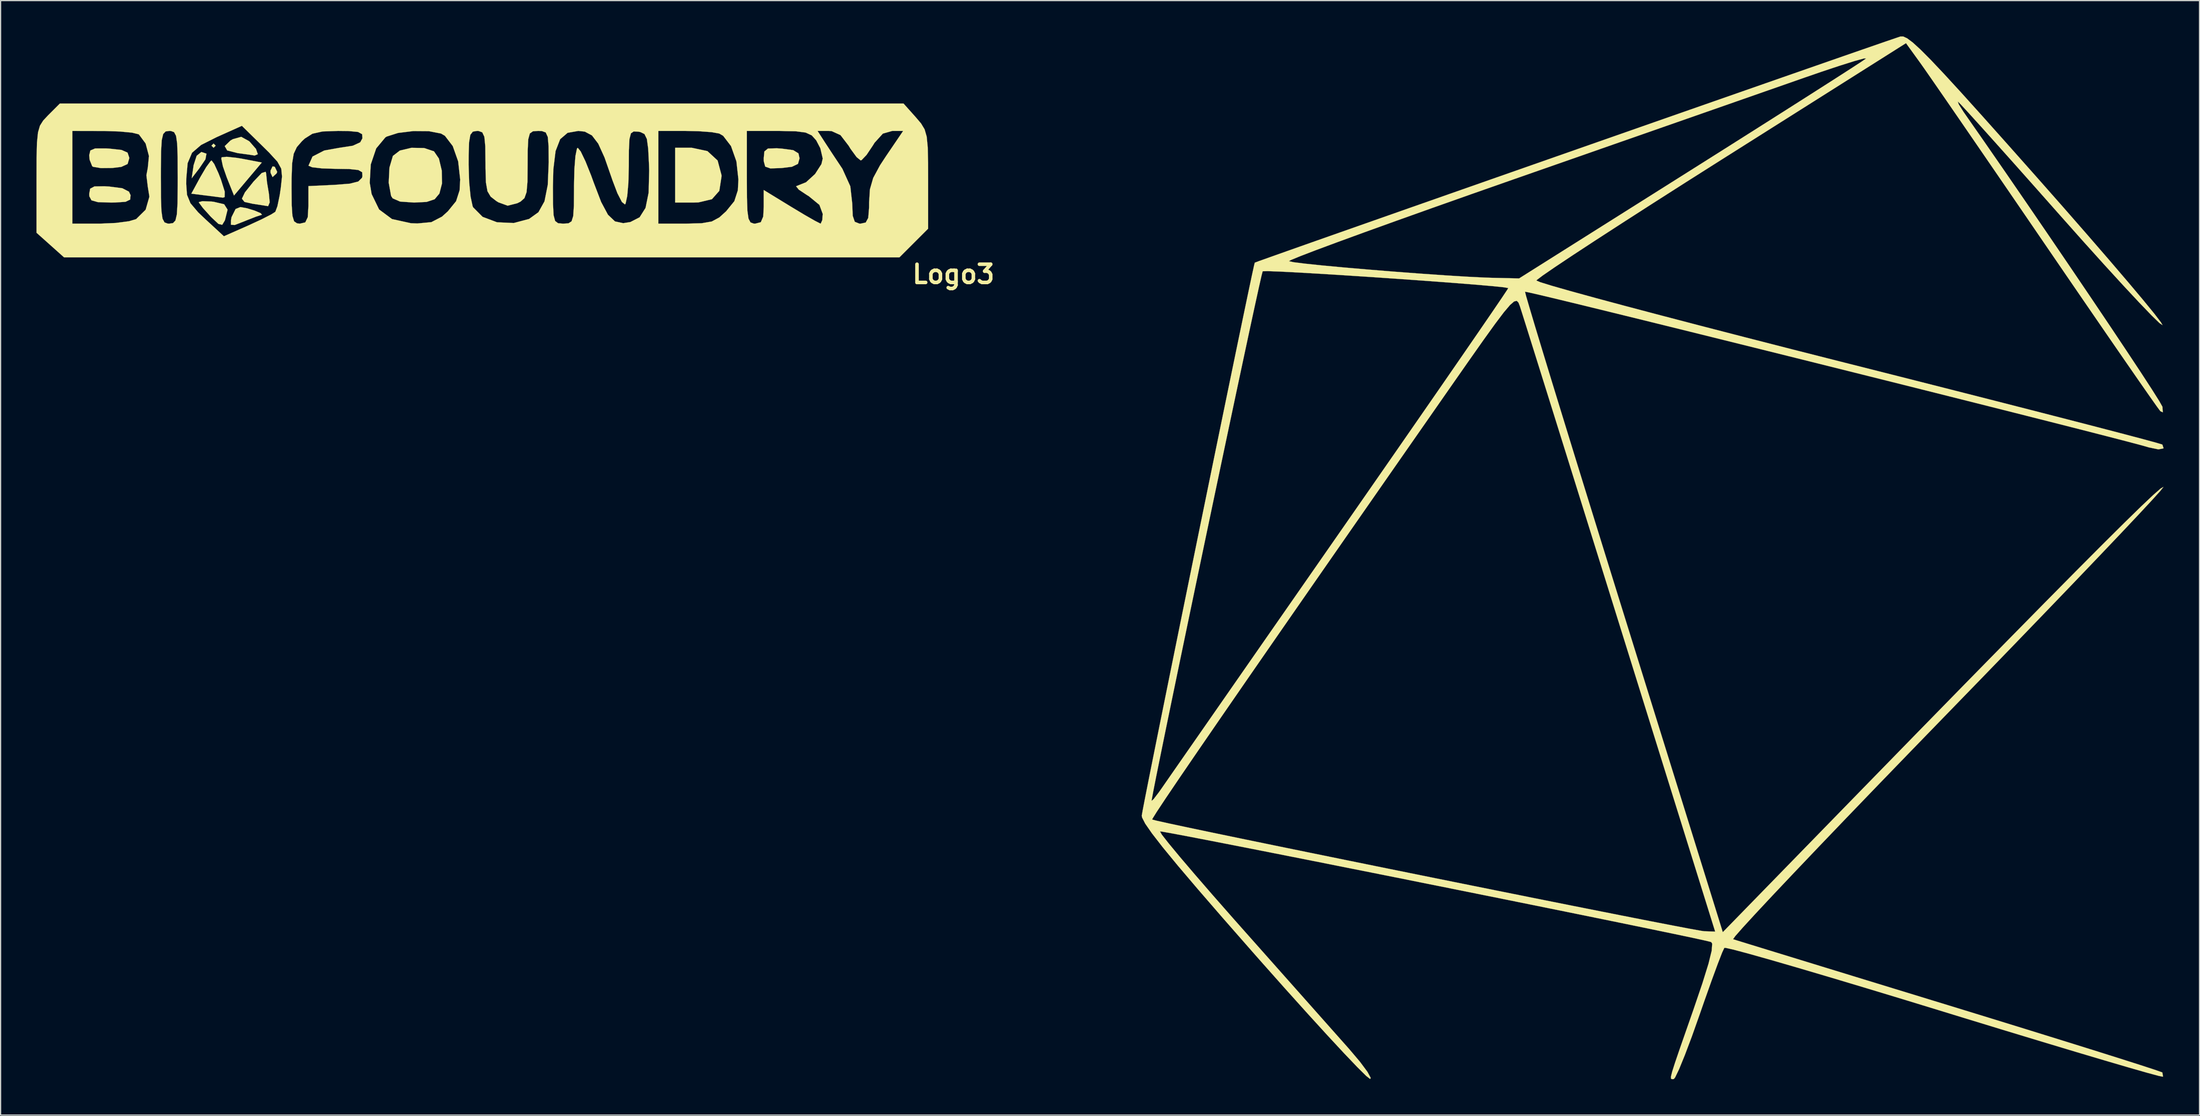
<source format=kicad_pcb>
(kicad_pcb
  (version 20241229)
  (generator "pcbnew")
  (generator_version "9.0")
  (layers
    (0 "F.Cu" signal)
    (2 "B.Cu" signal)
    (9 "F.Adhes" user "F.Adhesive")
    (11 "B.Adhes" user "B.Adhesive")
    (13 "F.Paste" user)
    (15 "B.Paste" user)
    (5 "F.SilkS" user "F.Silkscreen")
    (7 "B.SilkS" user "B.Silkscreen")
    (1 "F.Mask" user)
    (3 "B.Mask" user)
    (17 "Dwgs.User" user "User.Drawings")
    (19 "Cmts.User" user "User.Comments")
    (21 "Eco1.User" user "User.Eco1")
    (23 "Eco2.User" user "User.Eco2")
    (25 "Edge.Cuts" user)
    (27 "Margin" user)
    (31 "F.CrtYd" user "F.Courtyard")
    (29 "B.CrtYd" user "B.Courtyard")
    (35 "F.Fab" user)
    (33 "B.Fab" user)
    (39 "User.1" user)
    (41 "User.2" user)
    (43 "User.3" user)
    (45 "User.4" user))
  (footprint "Logo3"
    (layer "F.Cu")
    (at 76.734 19.904)
    (property "Reference" "Logo3" (at 0 0 0) (layer "F.SilkS") (effects (font (size 1.524 1.524) (thickness 0.3))))
    (attr through_hole)
    (fp_poly (pts (xy -61.736 -10.76) (xy -61.913 -10.583) (xy -62.089 -10.76) (xy -61.913 -10.936) (xy -61.736 -10.76)) (stroke (width 0.01) (type solid)) (fill yes) (layer "F.SilkS"))
    (fp_poly (pts (xy -56.791 -8.992) (xy -56.588 -8.569) (xy -56.636 -8.442) (xy -56.976 -8.129) (xy -57.143 -8.486) (xy -57.15 -8.664) (xy -56.976 -9.027) (xy -56.791 -8.992)) (stroke (width 0.01) (type solid)) (fill yes) (layer "F.SilkS"))
    (fp_poly (pts (xy -62.506 -10.09) (xy -62.592 -9.618) (xy -63.1 -8.866) (xy -63.743 -8.03) (xy -63.581 -9.13) (xy -63.328 -9.912) (xy -62.935 -10.231) (xy -62.931 -10.231) (xy -62.506 -10.09)) (stroke (width 0.01) (type solid)) (fill yes) (layer "F.SilkS"))
    (fp_poly (pts (xy -59.958 -9.738) (xy -59.47 -9.655) (xy -57.875 -9.349) (xy -59.039 -7.968) (xy -60.202 -6.587) (xy -60.808 -8.1) (xy -61.133 -9.032) (xy -61.263 -9.661) (xy -61.239 -9.787) (xy -60.82 -9.83) (xy -59.958 -9.738)) (stroke (width 0.01) (type solid)) (fill yes) (layer "F.SilkS"))
    (fp_poly (pts (xy -20.586 -10.305) (xy -19.732 -9.516) (xy -19.404 -8.286) (xy -19.403 -8.189) (xy -19.59 -6.977) (xy -20.21 -6.277) (xy -21.348 -6.007) (xy -21.708 -5.997) (xy -23.283 -5.997) (xy -23.283 -10.583) (xy -21.892 -10.583) (xy -20.586 -10.305)) (stroke (width 0.01) (type solid)) (fill yes) (layer "F.SilkS"))
    (fp_poly (pts (xy -61.856 -9.224) (xy -61.506 -8.464) (xy -61.3 -7.938) (xy -60.979 -6.921) (xy -60.987 -6.454) (xy -61.136 -6.406) (xy -61.77 -6.489) (xy -62.666 -6.602) (xy -63.773 -6.742) (xy -63.019 -8.13) (xy -62.528 -8.966) (xy -62.163 -9.462) (xy -62.077 -9.522) (xy -61.856 -9.224)) (stroke (width 0.01) (type solid)) (fill yes) (layer "F.SilkS"))
    (fp_poly (pts (xy -58.95 -11.144) (xy -58.885 -11.086) (xy -58.364 -10.488) (xy -58.209 -10.045) (xy -58.473 -9.934) (xy -58.979 -10.013) (xy -59.84 -10.128) (xy -59.884 -10.133) (xy -60.773 -10.361) (xy -60.98 -10.722) (xy -60.498 -11.189) (xy -60.296 -11.305) (xy -59.599 -11.5) (xy -58.95 -11.144)) (stroke (width 0.01) (type solid)) (fill yes) (layer "F.SilkS"))
    (fp_poly (pts (xy -62.083 -6.082) (xy -61.913 -6.064) (xy -61.026 -5.855) (xy -60.739 -5.403) (xy -60.954 -4.542) (xy -60.976 -4.484) (xy -61.189 -4.134) (xy -61.507 -4.21) (xy -62.097 -4.764) (xy -62.186 -4.857) (xy -62.797 -5.534) (xy -63.128 -5.979) (xy -63.147 -6.034) (xy -62.84 -6.113) (xy -62.083 -6.082)) (stroke (width 0.01) (type solid)) (fill yes) (layer "F.SilkS"))
    (fp_poly (pts (xy -59.114 -5.52) (xy -58.466 -5.319) (xy -57.966 -5.106) (xy -57.86 -4.972) (xy -57.901 -4.964) (xy -58.343 -4.823) (xy -59.153 -4.507) (xy -59.348 -4.427) (xy -60.143 -4.117) (xy -60.456 -4.137) (xy -60.452 -4.543) (xy -60.408 -4.78) (xy -60.07 -5.457) (xy -59.667 -5.62) (xy -59.114 -5.52)) (stroke (width 0.01) (type solid)) (fill yes) (layer "F.SilkS"))
    (fp_poly (pts (xy -14.376 -10.515) (xy -13.408 -10.385) (xy -12.968 -10.115) (xy -12.876 -9.701) (xy -13.006 -9.237) (xy -13.512 -8.993) (xy -14.376 -8.887) (xy -15.316 -8.854) (xy -15.749 -9.006) (xy -15.87 -9.45) (xy -15.875 -9.701) (xy -15.819 -10.276) (xy -15.52 -10.521) (xy -14.785 -10.542) (xy -14.376 -10.515)) (stroke (width 0.01) (type solid)) (fill yes) (layer "F.SilkS"))
    (fp_poly (pts (xy -70.647 -7.339) (xy -69.545 -7.196) (xy -68.992 -6.908) (xy -68.857 -6.615) (xy -68.892 -6.246) (xy -69.28 -6.06) (xy -70.176 -5.999) (xy -70.53 -5.997) (xy -71.595 -6.032) (xy -72.13 -6.184) (xy -72.309 -6.522) (xy -72.319 -6.722) (xy -72.24 -7.157) (xy -71.88 -7.349) (xy -71.062 -7.363) (xy -70.647 -7.339)) (stroke (width 0.01) (type solid)) (fill yes) (layer "F.SilkS"))
    (fp_poly (pts (xy -57.512 -8.423) (xy -57.438 -7.673) (xy -57.282 -6.747) (xy -57.215 -6.011) (xy -57.347 -5.696) (xy -57.37 -5.697) (xy -57.923 -5.786) (xy -58.649 -5.897) (xy -59.326 -6.05) (xy -59.541 -6.323) (xy -59.289 -6.849) (xy -58.563 -7.759) (xy -58.561 -7.761) (xy -57.882 -8.471) (xy -57.55 -8.574) (xy -57.512 -8.423)) (stroke (width 0.01) (type solid)) (fill yes) (layer "F.SilkS"))
    (fp_poly (pts (xy -70.644 -10.514) (xy -69.611 -10.401) (xy -69.11 -10.177) (xy -68.969 -9.76) (xy -68.968 -9.701) (xy -69.105 -9.226) (xy -69.635 -8.982) (xy -70.392 -8.891) (xy -71.35 -8.882) (xy -71.985 -8.988) (xy -72.068 -9.038) (xy -72.282 -9.571) (xy -72.319 -9.956) (xy -72.224 -10.356) (xy -71.821 -10.529) (xy -70.934 -10.532) (xy -70.644 -10.514)) (stroke (width 0.01) (type solid)) (fill yes) (layer "F.SilkS"))
    (fp_poly (pts (xy -44.289 -10.562) (xy -43.467 -10.285) (xy -43.055 -9.68) (xy -42.817 -8.685) (xy -42.794 -7.602) (xy -43.013 -6.751) (xy -43.413 -6.274) (xy -44.086 -6.049) (xy -45.13 -5.997) (xy -46.309 -6.08) (xy -46.926 -6.351) (xy -47.058 -6.555) (xy -47.257 -7.659) (xy -47.194 -8.929) (xy -46.907 -9.901) (xy -46.323 -10.351) (xy -45.352 -10.582) (xy -44.289 -10.562)) (stroke (width 0.01) (type solid)) (fill yes) (layer "F.SilkS"))
    (fp_poly (pts (xy -3.146 -13.135) (xy -2.705 -12.615) (xy -2.412 -12.128) (xy -2.237 -11.52) (xy -2.15 -10.635) (xy -2.12 -9.319) (xy -2.117 -7.897) (xy -2.117 -3.81) (xy -4.516 -1.411) (xy -74.425 -1.411) (xy -75.577 -2.441) (xy -76.729 -3.47) (xy -76.729 -4.233) (xy -73.731 -4.233) (xy -71.414 -4.233) (xy -70.099 -4.289) (xy -68.99 -4.434) (xy -68.396 -4.609) (xy -67.597 -5.397) (xy -67.283 -6.493) (xy -67.416 -7.317) (xy -67.512 -8.114) (xy -66.322 -8.114) (xy -66.314 -6.416) (xy -66.275 -5.301) (xy -66.183 -4.648) (xy -66.015 -4.334) (xy -65.75 -4.238) (xy -65.617 -4.233) (xy -65.308 -4.278) (xy -65.105 -4.493) (xy -64.986 -5.001) (xy -64.929 -5.924) (xy -64.912 -7.383) (xy -64.912 -7.541) (xy -64.201 -7.541) (xy -64.135 -6.645) (xy -63.845 -5.938) (xy -63.2 -5.178) (xy -62.627 -4.632) (xy -61.048 -3.176) (xy -59.011 -4.076) (xy -57.911 -4.584) (xy -57.085 -5.005) (xy -56.745 -5.222) (xy -56.57 -5.69) (xy -56.379 -6.608) (xy -56.286 -7.232) (xy -56.284 -7.248) (xy -55.386 -7.248) (xy -55.373 -5.785) (xy -55.313 -4.89) (xy -55.173 -4.426) (xy -54.92 -4.254) (xy -54.681 -4.233) (xy -54.238 -4.338) (xy -54.03 -4.774) (xy -53.975 -5.719) (xy -53.975 -5.804) (xy -53.975 -7.375) (xy -51.774 -7.48) (xy -50.513 -7.579) (xy -50.212 -7.655) (xy -48.844 -7.655) (xy -48.685 -6.708) (xy -48.059 -5.418) (xy -46.98 -4.616) (xy -45.394 -4.268) (xy -44.864 -4.247) (xy -43.686 -4.358) (xy -42.798 -4.819) (xy -42.306 -5.265) (xy -41.618 -6.111) (xy -41.323 -7.028) (xy -41.275 -7.928) (xy -41.411 -9.149) (xy -40.569 -9.149) (xy -40.524 -7.714) (xy -40.404 -6.487) (xy -40.233 -5.692) (xy -40.194 -5.601) (xy -39.399 -4.801) (xy -38.191 -4.347) (xy -36.795 -4.284) (xy -35.51 -4.625) (xy -34.728 -5.187) (xy -34.22 -6.1) (xy -33.976 -7.33) (xy -33.514 -7.33) (xy -33.506 -5.849) (xy -33.458 -4.937) (xy -33.329 -4.455) (xy -33.081 -4.266) (xy -32.674 -4.233) (xy -32.632 -4.233) (xy -32.214 -4.259) (xy -31.955 -4.425) (xy -31.817 -4.868) (xy -31.761 -5.724) (xy -31.75 -7.128) (xy -31.75 -7.408) (xy -31.718 -8.806) (xy -31.632 -9.89) (xy -31.507 -10.503) (xy -31.437 -10.583) (xy -31.188 -10.274) (xy -30.79 -9.446) (xy -30.313 -8.255) (xy -30.114 -7.704) (xy -29.478 -6.043) (xy -28.909 -4.979) (xy -28.321 -4.419) (xy -27.63 -4.272) (xy -27.03 -4.368) (xy -26.261 -4.763) (xy -25.763 -5.552) (xy -25.506 -6.825) (xy -25.46 -8.671) (xy -25.474 -9.143) (xy -25.543 -10.508) (xy -25.653 -11.32) (xy -25.854 -11.733) (xy -26.194 -11.9) (xy -26.37 -11.931) (xy -26.754 -11.951) (xy -26.989 -11.788) (xy -27.111 -11.308) (xy -27.157 -10.377) (xy -27.164 -9.041) (xy -27.199 -7.654) (xy -27.294 -6.555) (xy -27.431 -5.92) (xy -27.487 -5.839) (xy -27.744 -6.047) (xy -28.12 -6.779) (xy -28.54 -7.885) (xy -28.586 -8.023) (xy -29.195 -9.768) (xy -29.724 -10.931) (xy -30.249 -11.618) (xy -30.845 -11.935) (xy -31.385 -11.994) (xy -24.694 -11.994) (xy -24.694 -4.233) (xy -22.374 -4.233) (xy -21.067 -4.266) (xy -20.22 -4.413) (xy -19.591 -4.751) (xy -19.023 -5.265) (xy -18.335 -6.111) (xy -18.039 -7.028) (xy -17.992 -7.928) (xy -18.16 -9.444) (xy -18.613 -10.727) (xy -19.27 -11.585) (xy -19.595 -11.775) (xy -20.235 -11.89) (xy -21.325 -11.97) (xy -22.43 -11.994) (xy -17.286 -11.994) (xy -17.286 -8.114) (xy -17.278 -6.416) (xy -17.239 -5.301) (xy -17.147 -4.648) (xy -16.979 -4.334) (xy -16.714 -4.238) (xy -16.581 -4.233) (xy -16.118 -4.352) (xy -15.915 -4.831) (xy -15.875 -5.641) (xy -15.875 -7.048) (xy -13.576 -5.641) (xy -12.459 -4.97) (xy -11.592 -4.473) (xy -11.134 -4.24) (xy -11.106 -4.233) (xy -10.974 -4.534) (xy -10.936 -5.046) (xy -11.216 -5.804) (xy -12.108 -6.535) (xy -12.259 -6.625) (xy -12.942 -7.08) (xy -13.167 -7.359) (xy -13.076 -7.4) (xy -12.335 -7.695) (xy -11.578 -8.387) (xy -11.046 -9.215) (xy -10.936 -9.684) (xy -11.136 -10.541) (xy -11.485 -11.21) (xy -11.854 -11.62) (xy -12.367 -11.857) (xy -13.208 -11.966) (xy -14.559 -11.994) (xy -14.66 -11.994) (xy -11.37 -11.994) (xy -10.744 -11.024) (xy -10.118 -10.068) (xy -9.398 -8.984) (xy -9.292 -8.826) (xy -8.627 -7.356) (xy -8.467 -5.915) (xy -8.426 -4.888) (xy -8.254 -4.387) (xy -7.876 -4.237) (xy -7.761 -4.233) (xy -7.34 -4.325) (xy -7.128 -4.716) (xy -7.059 -5.578) (xy -7.056 -6.017) (xy -6.987 -7.11) (xy -6.715 -8.055) (xy -6.143 -9.117) (xy -5.631 -9.897) (xy -4.207 -11.994) (xy -5.114 -11.994) (xy -5.905 -11.769) (xy -6.597 -11.006) (xy -6.75 -10.76) (xy -7.27 -9.984) (xy -7.681 -9.555) (xy -7.761 -9.525) (xy -8.102 -9.801) (xy -8.606 -10.489) (xy -8.773 -10.76) (xy -9.452 -11.645) (xy -10.193 -11.98) (xy -10.436 -11.994) (xy -11.37 -11.994) (xy -14.66 -11.994) (xy -17.286 -11.994) (xy -22.43 -11.994) (xy -24.694 -11.994) (xy -31.385 -11.994) (xy -32.285 -11.836) (xy -32.908 -11.302) (xy -33.293 -10.307) (xy -33.48 -8.766) (xy -33.514 -7.33) (xy -33.976 -7.33) (xy -33.946 -7.477) (xy -33.867 -9.365) (xy -33.878 -10.706) (xy -33.945 -11.49) (xy -34.117 -11.867) (xy -34.445 -11.985) (xy -34.749 -11.994) (xy -35.186 -11.964) (xy -35.447 -11.779) (xy -35.579 -11.294) (xy -35.625 -10.365) (xy -35.631 -9.165) (xy -35.645 -7.748) (xy -35.719 -6.872) (xy -35.896 -6.37) (xy -36.221 -6.079) (xy -36.498 -5.94) (xy -37.301 -5.735) (xy -38.079 -6.017) (xy -38.262 -6.132) (xy -38.724 -6.492) (xy -38.992 -6.943) (xy -39.12 -7.669) (xy -39.157 -8.857) (xy -39.158 -9.357) (xy -39.175 -10.707) (xy -39.251 -11.498) (xy -39.427 -11.877) (xy -39.74 -11.991) (xy -39.864 -11.994) (xy -40.214 -11.936) (xy -40.425 -11.666) (xy -40.531 -11.044) (xy -40.567 -9.928) (xy -40.569 -9.149) (xy -41.411 -9.149) (xy -41.444 -9.444) (xy -41.897 -10.727) (xy -42.553 -11.585) (xy -42.878 -11.775) (xy -43.897 -11.972) (xy -45.198 -11.981) (xy -46.476 -11.824) (xy -47.423 -11.522) (xy -47.536 -11.452) (xy -48.303 -10.53) (xy -48.758 -9.185) (xy -48.844 -7.655) (xy -50.212 -7.655) (xy -49.804 -7.758) (xy -49.495 -8.063) (xy -49.455 -8.202) (xy -49.477 -8.535) (xy -49.8 -8.723) (xy -50.566 -8.804) (xy -51.656 -8.819) (xy -52.83 -8.856) (xy -53.663 -8.952) (xy -53.97 -9.084) (xy -53.633 -9.849) (xy -52.652 -10.354) (xy -51.441 -10.572) (xy -50.259 -10.755) (xy -49.64 -11.04) (xy -49.455 -11.377) (xy -49.48 -11.72) (xy -49.82 -11.907) (xy -50.619 -11.984) (xy -51.496 -11.994) (xy -52.795 -11.948) (xy -53.639 -11.76) (xy -54.273 -11.36) (xy -54.52 -11.129) (xy -54.947 -10.636) (xy -55.205 -10.082) (xy -55.337 -9.284) (xy -55.382 -8.055) (xy -55.386 -7.248) (xy -56.284 -7.248) (xy -56.184 -8.177) (xy -56.248 -8.834) (xy -56.573 -9.426) (xy -57.256 -10.172) (xy -57.799 -10.709) (xy -59.543 -12.421) (xy -61.665 -11.469) (xy -62.954 -10.82) (xy -63.714 -10.167) (xy -64.082 -9.296) (xy -64.196 -7.996) (xy -64.201 -7.541) (xy -64.912 -7.541) (xy -64.911 -8.114) (xy -64.919 -9.812) (xy -64.958 -10.927) (xy -65.051 -11.58) (xy -65.218 -11.894) (xy -65.484 -11.99) (xy -65.617 -11.994) (xy -65.925 -11.95) (xy -66.128 -11.735) (xy -66.247 -11.227) (xy -66.304 -10.304) (xy -66.321 -8.845) (xy -66.322 -8.114) (xy -67.512 -8.114) (xy -67.533 -8.285) (xy -67.416 -8.904) (xy -67.32 -9.894) (xy -67.597 -10.94) (xy -68.147 -11.684) (xy -68.196 -11.717) (xy -68.738 -11.849) (xy -69.77 -11.946) (xy -71.075 -11.989) (xy -71.173 -11.989) (xy -73.731 -11.994) (xy -73.731 -4.233) (xy -76.729 -4.233) (xy -76.729 -7.901) (xy -76.724 -9.74) (xy -76.691 -11.015) (xy -76.605 -11.866) (xy -76.44 -12.435) (xy -76.172 -12.861) (xy -75.773 -13.287) (xy -75.751 -13.309) (xy -74.773 -14.287) (xy -4.175 -14.287) (xy -3.146 -13.135)) (stroke (width 0.01) (type solid)) (fill yes) (layer "F.SilkS"))
    (fp_poly (pts (xy 79.483 -19.898) (xy 79.811 -19.745) (xy 80.275 -19.398) (xy 80.917 -18.813) (xy 81.778 -17.949) (xy 82.899 -16.762) (xy 84.321 -15.212) (xy 86.085 -13.254) (xy 88.233 -10.847) (xy 90.655 -8.118) (xy 92.837 -5.645) (xy 94.862 -3.328) (xy 96.687 -1.22) (xy 98.263 0.623) (xy 99.545 2.147) (xy 100.487 3.299) (xy 101.043 4.024) (xy 101.179 4.263) (xy 100.926 4.093) (xy 100.263 3.448) (xy 99.24 2.384) (xy 97.91 0.958) (xy 96.326 -0.773) (xy 94.54 -2.755) (xy 92.616 -4.918) (xy 90.678 -7.106) (xy 88.889 -9.119) (xy 87.302 -10.895) (xy 85.972 -12.377) (xy 84.95 -13.505) (xy 84.29 -14.22) (xy 84.044 -14.464) (xy 84.132 -14.213) (xy 84.518 -13.6) (xy 84.591 -13.494) (xy 86.276 -11.074) (xy 88.054 -8.502) (xy 89.88 -5.843) (xy 91.711 -3.163) (xy 93.502 -0.528) (xy 95.208 1.995) (xy 96.785 4.341) (xy 98.187 6.443) (xy 99.372 8.235) (xy 100.293 9.651) (xy 100.907 10.626) (xy 101.169 11.092) (xy 101.174 11.108) (xy 101.203 11.564) (xy 100.996 11.465) (xy 100.732 11.11) (xy 100.111 10.231) (xy 99.175 8.887) (xy 97.964 7.138) (xy 96.519 5.042) (xy 94.882 2.659) (xy 93.092 0.048) (xy 91.37 -2.469) (xy 89.44 -5.292) (xy 87.594 -7.988) (xy 85.879 -10.489) (xy 84.34 -12.73) (xy 83.023 -14.643) (xy 81.974 -16.161) (xy 81.239 -17.219) (xy 80.901 -17.697) (xy 79.712 -19.342) (xy 64.266 -9.583) (xy 61.289 -7.696) (xy 58.499 -5.915) (xy 55.953 -4.278) (xy 53.705 -2.821) (xy 51.812 -1.58) (xy 50.33 -0.591) (xy 49.314 0.108) (xy 48.821 0.482) (xy 48.782 0.529) (xy 49.11 0.67) (xy 50.069 0.967) (xy 51.609 1.407) (xy 53.676 1.976) (xy 56.218 2.66) (xy 59.183 3.444) (xy 62.518 4.316) (xy 66.172 5.261) (xy 70.091 6.266) (xy 74.223 7.315) (xy 74.857 7.475) (xy 79.023 8.529) (xy 82.989 9.536) (xy 86.701 10.482) (xy 90.108 11.354) (xy 93.156 12.138) (xy 95.792 12.82) (xy 97.962 13.387) (xy 99.615 13.825) (xy 100.697 14.121) (xy 101.156 14.26) (xy 101.167 14.266) (xy 101.269 14.578) (xy 100.841 14.665) (xy 100.032 14.5) (xy 99.982 14.483) (xy 99.389 14.315) (xy 98.201 14) (xy 96.482 13.555) (xy 94.297 12.995) (xy 91.708 12.337) (xy 88.781 11.596) (xy 85.579 10.789) (xy 82.167 9.931) (xy 78.608 9.038) (xy 74.967 8.128) (xy 71.308 7.214) (xy 67.695 6.314) (xy 64.192 5.444) (xy 60.864 4.619) (xy 57.774 3.856) (xy 54.986 3.171) (xy 52.565 2.578) (xy 50.575 2.096) (xy 49.08 1.739) (xy 48.143 1.524) (xy 47.83 1.465) (xy 47.917 1.813) (xy 48.199 2.783) (xy 48.659 4.325) (xy 49.284 6.388) (xy 50.056 8.921) (xy 50.962 11.872) (xy 51.983 15.192) (xy 53.107 18.829) (xy 54.316 22.732) (xy 55.595 26.851) (xy 56.057 28.335) (xy 64.382 55.082) (xy 76.007 43.151) (xy 80.526 38.517) (xy 84.568 34.382) (xy 88.144 30.734) (xy 91.263 27.563) (xy 93.938 24.858) (xy 96.178 22.609) (xy 97.995 20.804) (xy 99.399 19.433) (xy 100.401 18.485) (xy 101.012 17.95) (xy 101.242 17.815) (xy 101.245 17.825) (xy 101.005 18.131) (xy 100.311 18.901) (xy 99.201 20.095) (xy 97.713 21.673) (xy 95.886 23.595) (xy 93.758 25.821) (xy 91.367 28.309) (xy 88.753 31.02) (xy 85.953 33.913) (xy 83.078 36.875) (xy 80.144 39.899) (xy 77.365 42.774) (xy 74.779 45.461) (xy 72.424 47.92) (xy 70.337 50.112) (xy 68.556 51.996) (xy 67.119 53.534) (xy 66.062 54.686) (xy 65.423 55.412) (xy 65.24 55.672) (xy 65.632 55.794) (xy 66.634 56.103) (xy 68.183 56.579) (xy 70.215 57.203) (xy 72.666 57.956) (xy 75.472 58.817) (xy 78.569 59.767) (xy 81.894 60.786) (xy 83.271 61.208) (xy 86.664 62.251) (xy 89.851 63.235) (xy 92.768 64.141) (xy 95.353 64.948) (xy 97.541 65.638) (xy 99.271 66.189) (xy 100.477 66.583) (xy 101.098 66.799) (xy 101.168 66.831) (xy 101.219 67.173) (xy 101.21 67.183) (xy 100.853 67.111) (xy 99.885 66.849) (xy 98.367 66.415) (xy 96.362 65.827) (xy 93.931 65.104) (xy 91.137 64.263) (xy 88.043 63.325) (xy 84.709 62.306) (xy 82.895 61.749) (xy 79.459 60.697) (xy 76.228 59.718) (xy 73.263 58.83) (xy 70.627 58.051) (xy 68.383 57.4) (xy 66.593 56.895) (xy 65.319 56.554) (xy 64.624 56.395) (xy 64.512 56.39) (xy 64.327 56.787) (xy 63.96 57.733) (xy 63.453 59.113) (xy 62.851 60.806) (xy 62.435 62.001) (xy 61.793 63.814) (xy 61.208 65.366) (xy 60.727 66.546) (xy 60.393 67.241) (xy 60.277 67.381) (xy 60.136 67.387) (xy 60.05 67.347) (xy 60.045 67.167) (xy 60.147 66.755) (xy 60.381 66.02) (xy 60.774 64.869) (xy 61.352 63.212) (xy 61.91 61.615) (xy 62.674 59.368) (xy 63.185 57.724) (xy 63.454 56.632) (xy 63.496 56.043) (xy 63.409 55.906) (xy 62.947 55.793) (xy 61.874 55.558) (xy 60.258 55.217) (xy 58.169 54.784) (xy 55.677 54.271) (xy 52.852 53.694) (xy 49.764 53.067) (xy 46.481 52.402) (xy 43.073 51.715) (xy 39.611 51.019) (xy 36.164 50.328) (xy 32.801 49.657) (xy 29.593 49.018) (xy 26.608 48.427) (xy 23.917 47.897) (xy 21.588 47.442) (xy 19.693 47.076) (xy 18.3 46.814) (xy 17.478 46.668) (xy 17.281 46.644) (xy 17.442 46.921) (xy 18.02 47.658) (xy 18.957 48.79) (xy 20.2 50.249) (xy 21.691 51.971) (xy 23.377 53.89) (xy 23.95 54.537) (xy 25.838 56.664) (xy 27.692 58.753) (xy 29.426 60.706) (xy 30.955 62.429) (xy 32.194 63.825) (xy 33.057 64.797) (xy 33.109 64.856) (xy 34.015 65.926) (xy 34.643 66.77) (xy 34.917 67.277) (xy 34.873 67.374) (xy 34.543 67.116) (xy 33.802 66.382) (xy 32.701 65.229) (xy 31.294 63.713) (xy 29.633 61.891) (xy 27.769 59.819) (xy 25.755 57.553) (xy 25.047 56.75) (xy 22.52 53.867) (xy 20.443 51.468) (xy 18.785 49.517) (xy 17.52 47.978) (xy 16.618 46.816) (xy 16.049 45.996) (xy 15.874 45.653) (xy 16.629 45.653) (xy 17 45.75) (xy 17.994 45.971) (xy 19.541 46.302) (xy 21.57 46.728) (xy 24.013 47.235) (xy 26.799 47.809) (xy 29.859 48.436) (xy 33.123 49.102) (xy 36.521 49.793) (xy 39.984 50.495) (xy 43.442 51.193) (xy 46.825 51.874) (xy 50.064 52.524) (xy 53.089 53.127) (xy 55.83 53.671) (xy 58.218 54.141) (xy 60.182 54.522) (xy 61.654 54.802) (xy 62.562 54.965) (xy 62.828 55.003) (xy 63.743 55.033) (xy 55.745 29.369) (xy 54.46 25.245) (xy 53.229 21.3) (xy 52.071 17.587) (xy 51.001 14.161) (xy 50.038 11.077) (xy 49.197 8.389) (xy 48.496 6.151) (xy 47.953 4.418) (xy 47.583 3.244) (xy 47.405 2.685) (xy 47.398 2.665) (xy 47.285 2.377) (xy 47.141 2.23) (xy 46.921 2.28) (xy 46.577 2.58) (xy 46.062 3.186) (xy 45.332 4.153) (xy 44.337 5.536) (xy 43.033 7.389) (xy 41.405 9.721) (xy 37.348 15.542) (xy 33.634 20.878) (xy 30.269 25.719) (xy 27.26 30.056) (xy 24.613 33.88) (xy 22.333 37.184) (xy 20.427 39.958) (xy 18.9 42.193) (xy 17.759 43.882) (xy 17.009 45.015) (xy 16.656 45.583) (xy 16.629 45.653) (xy 15.874 45.653) (xy 15.786 45.481) (xy 15.76 45.325) (xy 15.837 44.886) (xy 15.99 44.091) (xy 16.582 44.091) (xy 16.756 43.94) (xy 17.198 43.362) (xy 17.43 43.033) (xy 17.77 42.542) (xy 18.479 41.521) (xy 19.521 40.022) (xy 20.862 38.095) (xy 22.466 35.788) (xy 24.298 33.153) (xy 26.324 30.24) (xy 28.51 27.099) (xy 30.819 23.779) (xy 32.391 21.519) (xy 34.734 18.148) (xy 36.954 14.95) (xy 39.018 11.972) (xy 40.895 9.26) (xy 42.551 6.86) (xy 43.955 4.82) (xy 45.076 3.185) (xy 45.88 2.002) (xy 46.336 1.318) (xy 46.431 1.161) (xy 46.053 1.095) (xy 45.08 0.996) (xy 43.62 0.869) (xy 41.779 0.724) (xy 39.667 0.566) (xy 37.39 0.404) (xy 35.055 0.244) (xy 32.772 0.095) (xy 30.647 -0.037) (xy 28.787 -0.145) (xy 27.302 -0.22) (xy 26.297 -0.256) (xy 25.882 -0.245) (xy 25.878 -0.242) (xy 25.784 0.116) (xy 25.562 1.095) (xy 25.227 2.623) (xy 24.793 4.63) (xy 24.277 7.044) (xy 23.691 9.795) (xy 23.052 12.812) (xy 22.374 16.025) (xy 21.672 19.361) (xy 20.961 22.752) (xy 20.255 26.125) (xy 19.57 29.41) (xy 18.92 32.537) (xy 18.32 35.434) (xy 17.785 38.03) (xy 17.331 40.255) (xy 16.97 42.038) (xy 16.72 43.308) (xy 16.594 43.995) (xy 16.582 44.091) (xy 15.99 44.091) (xy 16.04 43.833) (xy 16.356 42.235) (xy 16.771 40.162) (xy 17.27 37.683) (xy 17.839 34.868) (xy 18.464 31.786) (xy 19.13 28.506) (xy 19.825 25.099) (xy 20.532 21.633) (xy 21.239 18.178) (xy 21.93 14.803) (xy 22.593 11.579) (xy 23.212 8.574) (xy 23.773 5.858) (xy 24.263 3.5) (xy 24.666 1.571) (xy 24.969 0.139) (xy 25.158 -0.727) (xy 25.217 -0.964) (xy 25.547 -1.088) (xy 25.549 -1.089) (xy 28.074 -1.089) (xy 28.471 -1.002) (xy 29.456 -0.879) (xy 30.912 -0.728) (xy 32.722 -0.56) (xy 34.769 -0.384) (xy 36.937 -0.209) (xy 39.109 -0.046) (xy 41.168 0.097) (xy 42.998 0.21) (xy 44.482 0.283) (xy 45.1 0.303) (xy 47.338 0.353) (xy 61.681 -8.689) (xy 64.559 -10.505) (xy 67.258 -12.213) (xy 69.72 -13.775) (xy 71.884 -15.152) (xy 73.691 -16.306) (xy 75.082 -17.2) (xy 75.996 -17.796) (xy 76.374 -18.055) (xy 76.376 -18.058) (xy 76.184 -18.058) (xy 75.427 -17.851) (xy 74.207 -17.468) (xy 72.623 -16.941) (xy 71.261 -16.471) (xy 69.878 -15.987) (xy 67.914 -15.3) (xy 65.451 -14.438) (xy 62.575 -13.432) (xy 59.369 -12.311) (xy 55.917 -11.104) (xy 52.304 -9.84) (xy 48.613 -8.55) (xy 46.83 -7.926) (xy 43.351 -6.705) (xy 40.086 -5.55) (xy 37.092 -4.481) (xy 34.428 -3.521) (xy 32.153 -2.69) (xy 30.324 -2.01) (xy 29 -1.501) (xy 28.239 -1.186) (xy 28.074 -1.089) (xy 25.549 -1.089) (xy 26.483 -1.423) (xy 27.964 -1.949) (xy 29.93 -2.644) (xy 32.32 -3.486) (xy 35.074 -4.455) (xy 38.131 -5.53) (xy 41.431 -6.689) (xy 44.914 -7.911) (xy 48.518 -9.175) (xy 52.184 -10.46) (xy 55.852 -11.745) (xy 59.459 -13.008) (xy 62.947 -14.228) (xy 66.255 -15.384) (xy 69.322 -16.456) (xy 72.088 -17.42) (xy 74.492 -18.258) (xy 76.475 -18.946) (xy 77.974 -19.465) (xy 78.931 -19.792) (xy 79.251 -19.899) (xy 79.483 -19.898)) (stroke (width 0.01) (type solid)) (fill yes) (layer "F.SilkS")))
  (gr_rect
    (start -3 -3)
    (end 181.008 90.296)
    (stroke (width 0.1) (type default))
    (fill no)
    (layer "Edge.Cuts")))
</source>
